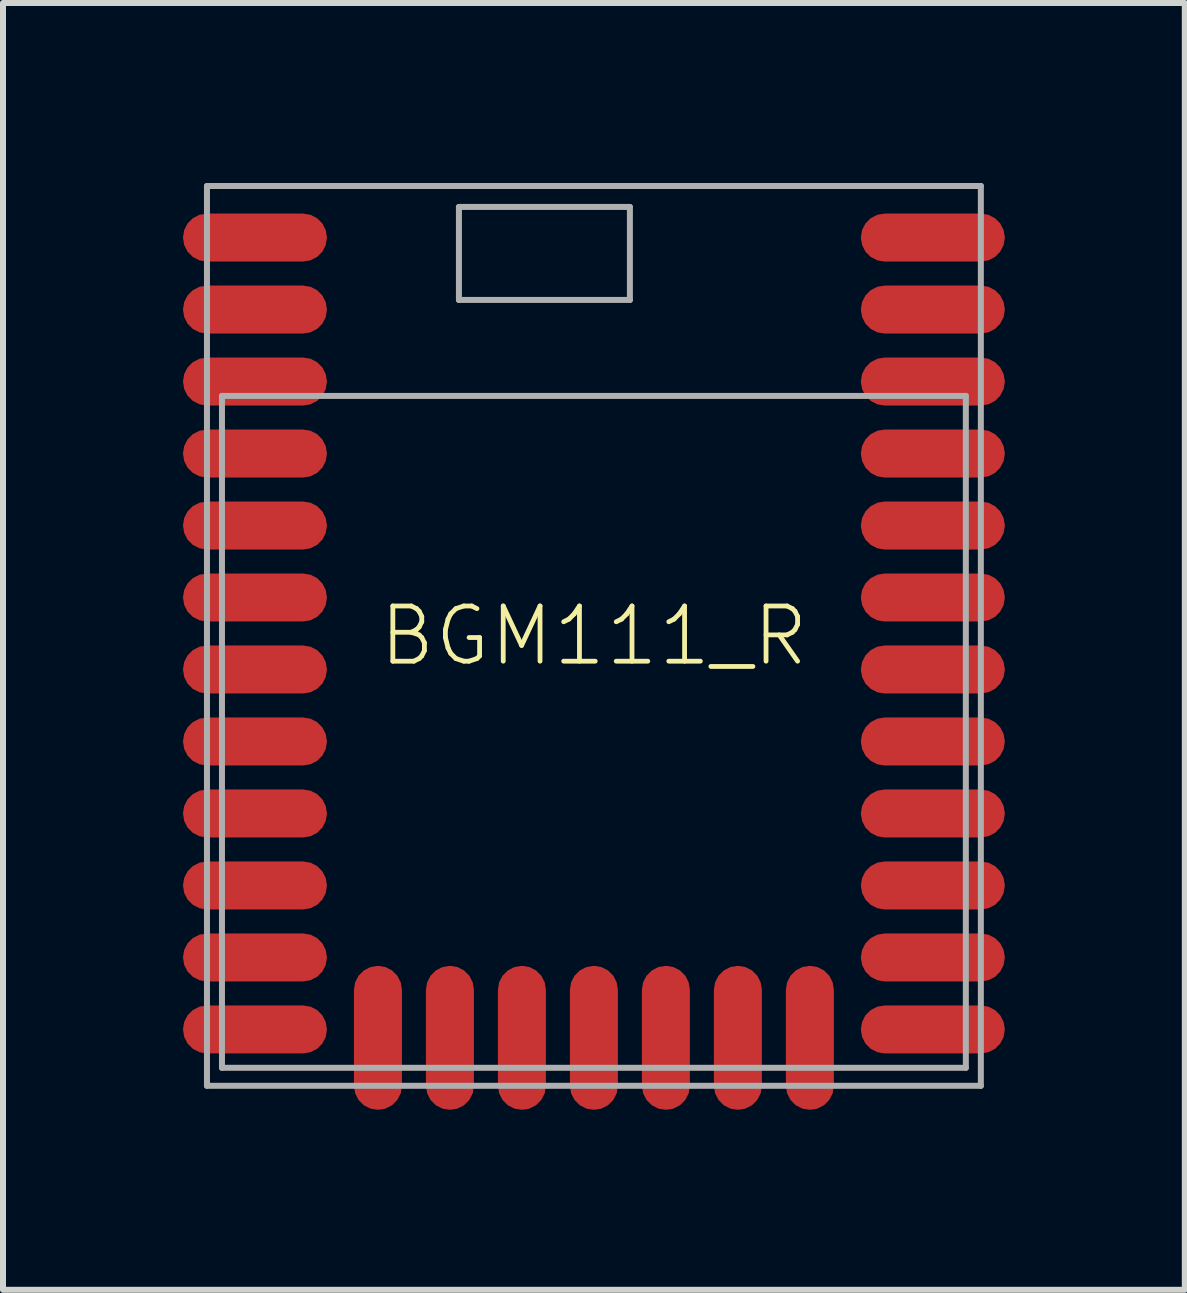
<source format=kicad_pcb>
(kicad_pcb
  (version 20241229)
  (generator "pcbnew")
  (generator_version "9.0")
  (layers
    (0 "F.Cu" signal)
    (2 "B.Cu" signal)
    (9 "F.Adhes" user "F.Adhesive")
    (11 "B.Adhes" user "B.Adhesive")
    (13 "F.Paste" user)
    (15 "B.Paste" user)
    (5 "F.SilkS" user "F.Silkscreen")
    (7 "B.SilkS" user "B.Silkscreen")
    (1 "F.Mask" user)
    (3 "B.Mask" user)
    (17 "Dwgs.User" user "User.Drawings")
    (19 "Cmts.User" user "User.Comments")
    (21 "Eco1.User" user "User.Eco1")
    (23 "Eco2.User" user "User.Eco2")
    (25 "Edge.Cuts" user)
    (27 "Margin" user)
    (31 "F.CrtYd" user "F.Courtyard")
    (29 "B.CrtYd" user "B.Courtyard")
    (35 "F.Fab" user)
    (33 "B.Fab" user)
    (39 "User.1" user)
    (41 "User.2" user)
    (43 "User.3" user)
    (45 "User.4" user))
  (footprint "BGM111_R"
    (layer "F.Cu")
    (at 6.85 7.55)
    (property "Reference" "BGM111_R" (at 0 0 0) (unlocked yes) (layer "F.SilkS") (effects (font (size 0.92 0.92) (thickness 0.08))))
    (fp_line (start -6.45 -7.5) (end -6.45 7.5) (stroke (width 0.1) (type solid)) (layer "F.Fab"))
    (fp_line (start -6.45 7.5) (end 6.45 7.5) (stroke (width 0.1) (type solid)) (layer "F.Fab"))
    (fp_line (start -6.2 -4) (end -6.2 7.2) (stroke (width 0.1) (type solid)) (layer "F.Fab"))
    (fp_line (start -6.2 7.2) (end 6.2 7.2) (stroke (width 0.1) (type solid)) (layer "F.Fab"))
    (fp_line (start -2.25 -7.15) (end -2.25 -5.6) (stroke (width 0.1) (type solid)) (layer "F.Fab"))
    (fp_line (start -2.25 -5.6) (end 0.6 -5.6) (stroke (width 0.1) (type solid)) (layer "F.Fab"))
    (fp_line (start 0.6 -7.15) (end -2.25 -7.15) (stroke (width 0.1) (type solid)) (layer "F.Fab"))
    (fp_line (start 0.6 -5.6) (end 0.6 -7.15) (stroke (width 0.1) (type solid)) (layer "F.Fab"))
    (fp_line (start 6.2 -4) (end -6.2 -4) (stroke (width 0.1) (type solid)) (layer "F.Fab"))
    (fp_line (start 6.2 7.2) (end 6.2 -4) (stroke (width 0.1) (type solid)) (layer "F.Fab"))
    (fp_line (start 6.45 -7.5) (end -6.45 -7.5) (stroke (width 0.1) (type solid)) (layer "F.Fab"))
    (fp_line (start 6.45 7.5) (end 6.45 -7.5) (stroke (width 0.1) (type solid)) (layer "F.Fab"))
    (pad "1" smd roundrect (at -5.65 -6.64) (size 2.4 0.8) (layers "F.Cu" "F.Mask" "F.Paste") (roundrect_rratio 0.5))
    (pad "2" smd roundrect (at -5.65 -5.44) (size 2.4 0.8) (layers "F.Cu" "F.Mask" "F.Paste") (roundrect_rratio 0.5))
    (pad "3" smd roundrect (at -5.65 -4.24) (size 2.4 0.8) (layers "F.Cu" "F.Mask" "F.Paste") (roundrect_rratio 0.5))
    (pad "4" smd roundrect (at -5.65 -3.04) (size 2.4 0.8) (layers "F.Cu" "F.Mask" "F.Paste") (roundrect_rratio 0.5))
    (pad "5" smd roundrect (at -5.65 -1.84) (size 2.4 0.8) (layers "F.Cu" "F.Mask" "F.Paste") (roundrect_rratio 0.5))
    (pad "6" smd roundrect (at -5.65 -0.64) (size 2.4 0.8) (layers "F.Cu" "F.Mask" "F.Paste") (roundrect_rratio 0.5))
    (pad "7" smd roundrect (at -5.65 0.56) (size 2.4 0.8) (layers "F.Cu" "F.Mask" "F.Paste") (roundrect_rratio 0.5))
    (pad "8" smd roundrect (at -5.65 1.76) (size 2.4 0.8) (layers "F.Cu" "F.Mask" "F.Paste") (roundrect_rratio 0.5))
    (pad "9" smd roundrect (at -5.65 2.96) (size 2.4 0.8) (layers "F.Cu" "F.Mask" "F.Paste") (roundrect_rratio 0.5))
    (pad "10" smd roundrect (at -5.65 4.16) (size 2.4 0.8) (layers "F.Cu" "F.Mask" "F.Paste") (roundrect_rratio 0.5))
    (pad "11" smd roundrect (at -5.65 5.36) (size 2.4 0.8) (layers "F.Cu" "F.Mask" "F.Paste") (roundrect_rratio 0.5))
    (pad "12" smd roundrect (at -5.65 6.56) (size 2.4 0.8) (layers "F.Cu" "F.Mask" "F.Paste") (roundrect_rratio 0.5))
    (pad "13" smd roundrect (at -3.6 6.7 90) (size 2.4 0.8) (layers "F.Cu" "F.Mask" "F.Paste") (roundrect_rratio 0.5))
    (pad "14" smd roundrect (at -2.4 6.7 90) (size 2.4 0.8) (layers "F.Cu" "F.Mask" "F.Paste") (roundrect_rratio 0.5))
    (pad "15" smd roundrect (at -1.2 6.7 90) (size 2.4 0.8) (layers "F.Cu" "F.Mask" "F.Paste") (roundrect_rratio 0.5))
    (pad "16" smd roundrect (at 0 6.7 90) (size 2.4 0.8) (layers "F.Cu" "F.Mask" "F.Paste") (roundrect_rratio 0.5))
    (pad "17" smd roundrect (at 1.2 6.7 90) (size 2.4 0.8) (layers "F.Cu" "F.Mask" "F.Paste") (roundrect_rratio 0.5))
    (pad "18" smd roundrect (at 2.4 6.7 90) (size 2.4 0.8) (layers "F.Cu" "F.Mask" "F.Paste") (roundrect_rratio 0.5))
    (pad "19" smd roundrect (at 3.6 6.7 90) (size 2.4 0.8) (layers "F.Cu" "F.Mask" "F.Paste") (roundrect_rratio 0.5))
    (pad "20" smd roundrect (at 5.65 6.56 180) (size 2.4 0.8) (layers "F.Cu" "F.Mask" "F.Paste") (roundrect_rratio 0.5))
    (pad "21" smd roundrect (at 5.65 5.36 180) (size 2.4 0.8) (layers "F.Cu" "F.Mask" "F.Paste") (roundrect_rratio 0.5))
    (pad "22" smd roundrect (at 5.65 4.16 180) (size 2.4 0.8) (layers "F.Cu" "F.Mask" "F.Paste") (roundrect_rratio 0.5))
    (pad "23" smd roundrect (at 5.65 2.96 180) (size 2.4 0.8) (layers "F.Cu" "F.Mask" "F.Paste") (roundrect_rratio 0.5))
    (pad "24" smd roundrect (at 5.65 1.76 180) (size 2.4 0.8) (layers "F.Cu" "F.Mask" "F.Paste") (roundrect_rratio 0.5))
    (pad "25" smd roundrect (at 5.65 0.56 180) (size 2.4 0.8) (layers "F.Cu" "F.Mask" "F.Paste") (roundrect_rratio 0.5))
    (pad "26" smd roundrect (at 5.65 -0.64 180) (size 2.4 0.8) (layers "F.Cu" "F.Mask" "F.Paste") (roundrect_rratio 0.5))
    (pad "27" smd roundrect (at 5.65 -1.84 180) (size 2.4 0.8) (layers "F.Cu" "F.Mask" "F.Paste") (roundrect_rratio 0.5))
    (pad "28" smd roundrect (at 5.65 -3.04 180) (size 2.4 0.8) (layers "F.Cu" "F.Mask" "F.Paste") (roundrect_rratio 0.5))
    (pad "29" smd roundrect (at 5.65 -4.24 180) (size 2.4 0.8) (layers "F.Cu" "F.Mask" "F.Paste") (roundrect_rratio 0.5))
    (pad "30" smd roundrect (at 5.65 -5.44 180) (size 2.4 0.8) (layers "F.Cu" "F.Mask" "F.Paste") (roundrect_rratio 0.5))
    (pad "31" smd roundrect (at 5.65 -6.64 180) (size 2.4 0.8) (layers "F.Cu" "F.Mask" "F.Paste") (roundrect_rratio 0.5)))
  (gr_rect
    (start -3 -3)
    (end 16.7 18.45)
    (stroke (width 0.1) (type default))
    (fill no)
    (layer "Edge.Cuts")))
</source>
